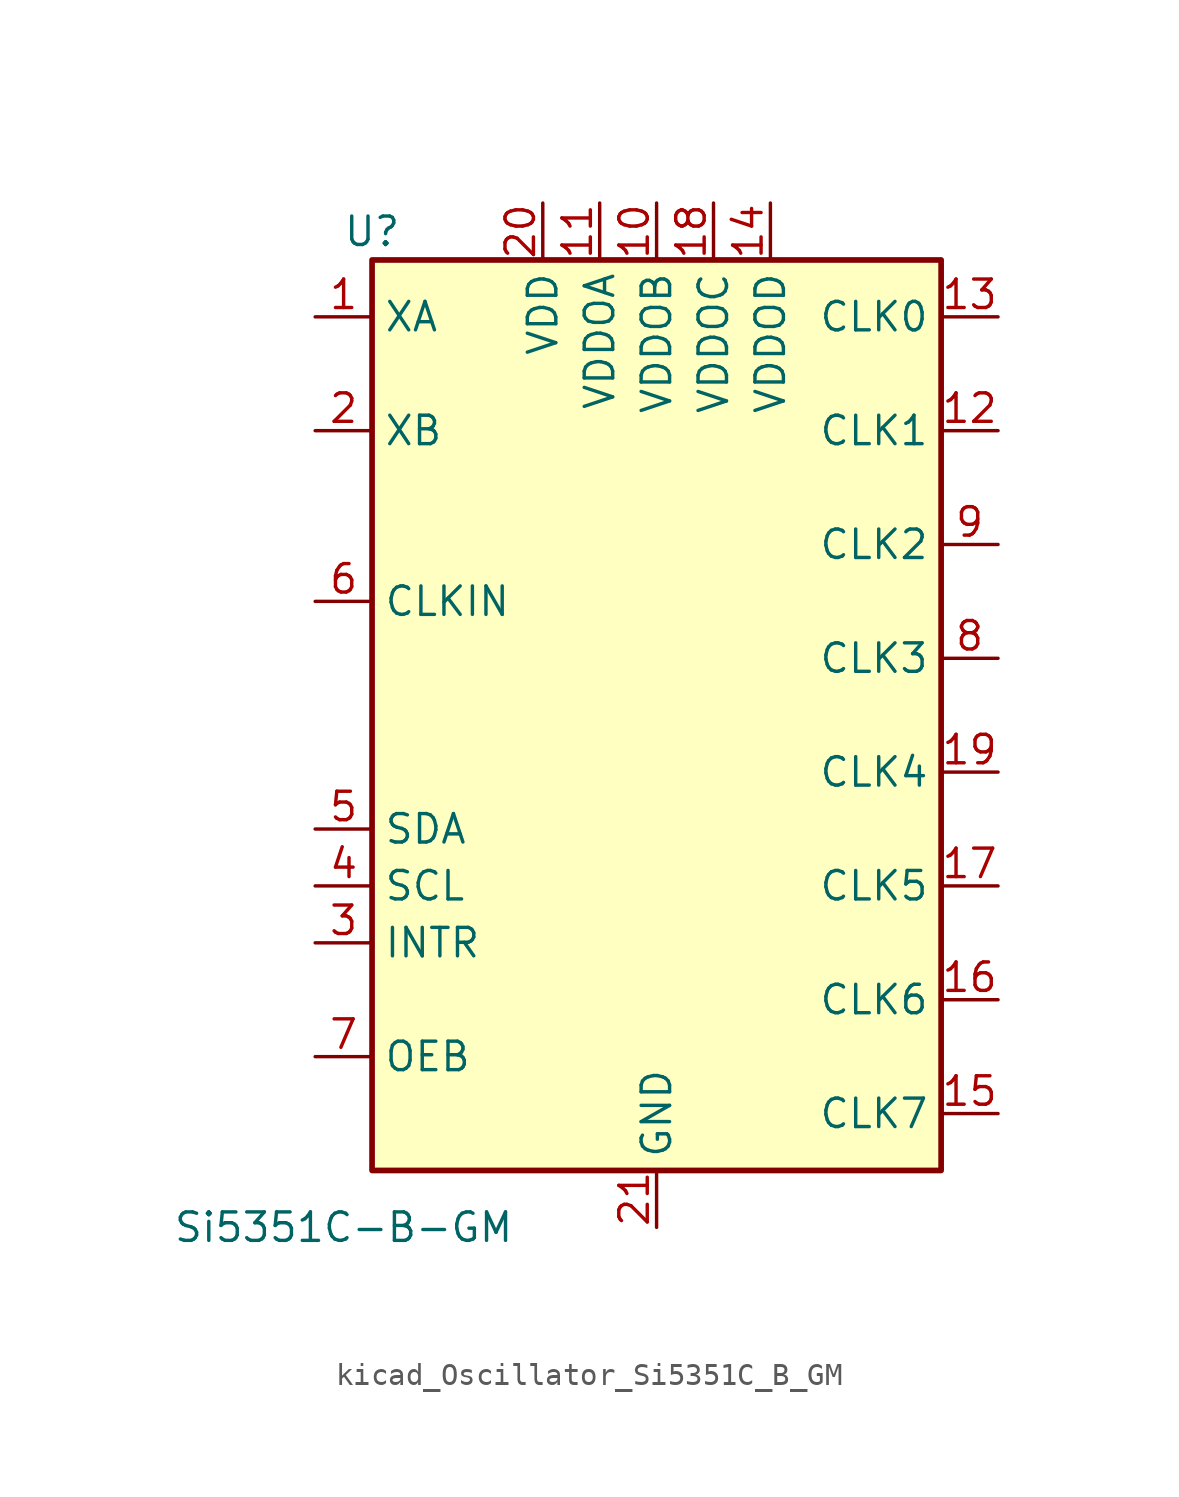
<source format=kicad_sym>
(kicad_symbol_lib
  (version 20220914)
  (generator kicad_symbol_editor)
  (symbol "kicad_Oscillator_Si5351C_B_GM"
    (property "Reference" "U"
      (at -12.7 21.59 0)
      (effects (font (size 1.27 1.27))))
    (property "Value" "Si5351C-B-GM"
      (at -13.97 -22.86 0)
      (effects (font (size 1.27 1.27))))
    (symbol "kicad_Oscillator_Si5351C_B_GM_1_1"
      (rectangle (start -12.7 20.32) (end 12.7 -20.32) (stroke (width 0.254) (type default)) (fill (type background)))
      (pin input line (at -15.24 17.78 0) (length 2.54) (name "XA" (effects (font (size 1.27 1.27)))) (number "1" (effects (font (size 1.27 1.27)))))
      (pin power_in line (at 0 22.86 270) (length 2.54) (name "VDDOB" (effects (font (size 1.27 1.27)))) (number "10" (effects (font (size 1.27 1.27)))))
      (pin power_in line (at -2.54 22.86 270) (length 2.54) (name "VDDOA" (effects (font (size 1.27 1.27)))) (number "11" (effects (font (size 1.27 1.27)))))
      (pin output line (at 15.24 12.7 180) (length 2.54) (name "CLK1" (effects (font (size 1.27 1.27)))) (number "12" (effects (font (size 1.27 1.27)))))
      (pin output line (at 15.24 17.78 180) (length 2.54) (name "CLK0" (effects (font (size 1.27 1.27)))) (number "13" (effects (font (size 1.27 1.27)))))
      (pin power_in line (at 5.08 22.86 270) (length 2.54) (name "VDDOD" (effects (font (size 1.27 1.27)))) (number "14" (effects (font (size 1.27 1.27)))))
      (pin output line (at 15.24 -17.78 180) (length 2.54) (name "CLK7" (effects (font (size 1.27 1.27)))) (number "15" (effects (font (size 1.27 1.27)))))
      (pin output line (at 15.24 -12.7 180) (length 2.54) (name "CLK6" (effects (font (size 1.27 1.27)))) (number "16" (effects (font (size 1.27 1.27)))))
      (pin output line (at 15.24 -7.62 180) (length 2.54) (name "CLK5" (effects (font (size 1.27 1.27)))) (number "17" (effects (font (size 1.27 1.27)))))
      (pin power_in line (at 2.54 22.86 270) (length 2.54) (name "VDDOC" (effects (font (size 1.27 1.27)))) (number "18" (effects (font (size 1.27 1.27)))))
      (pin output line (at 15.24 -2.54 180) (length 2.54) (name "CLK4" (effects (font (size 1.27 1.27)))) (number "19" (effects (font (size 1.27 1.27)))))
      (pin input line (at -15.24 12.7 0) (length 2.54) (name "XB" (effects (font (size 1.27 1.27)))) (number "2" (effects (font (size 1.27 1.27)))))
      (pin power_in line (at -5.08 22.86 270) (length 2.54) (name "VDD" (effects (font (size 1.27 1.27)))) (number "20" (effects (font (size 1.27 1.27)))))
      (pin power_in line (at 0 -22.86 90) (length 2.54) (name "GND" (effects (font (size 1.27 1.27)))) (number "21" (effects (font (size 1.27 1.27)))))
      (pin output line (at -15.24 -10.16 0) (length 2.54) (name "INTR" (effects (font (size 1.27 1.27)))) (number "3" (effects (font (size 1.27 1.27)))))
      (pin input line (at -15.24 -7.62 0) (length 2.54) (name "SCL" (effects (font (size 1.27 1.27)))) (number "4" (effects (font (size 1.27 1.27)))))
      (pin bidirectional line (at -15.24 -5.08 0) (length 2.54) (name "SDA" (effects (font (size 1.27 1.27)))) (number "5" (effects (font (size 1.27 1.27)))))
      (pin input line (at -15.24 5.08 0) (length 2.54) (name "CLKIN" (effects (font (size 1.27 1.27)))) (number "6" (effects (font (size 1.27 1.27)))))
      (pin input line (at -15.24 -15.24 0) (length 2.54) (name "OEB" (effects (font (size 1.27 1.27)))) (number "7" (effects (font (size 1.27 1.27)))))
      (pin output line (at 15.24 2.54 180) (length 2.54) (name "CLK3" (effects (font (size 1.27 1.27)))) (number "8" (effects (font (size 1.27 1.27)))))
      (pin output line (at 15.24 7.62 180) (length 2.54) (name "CLK2" (effects (font (size 1.27 1.27)))) (number "9" (effects (font (size 1.27 1.27))))))))
</source>
